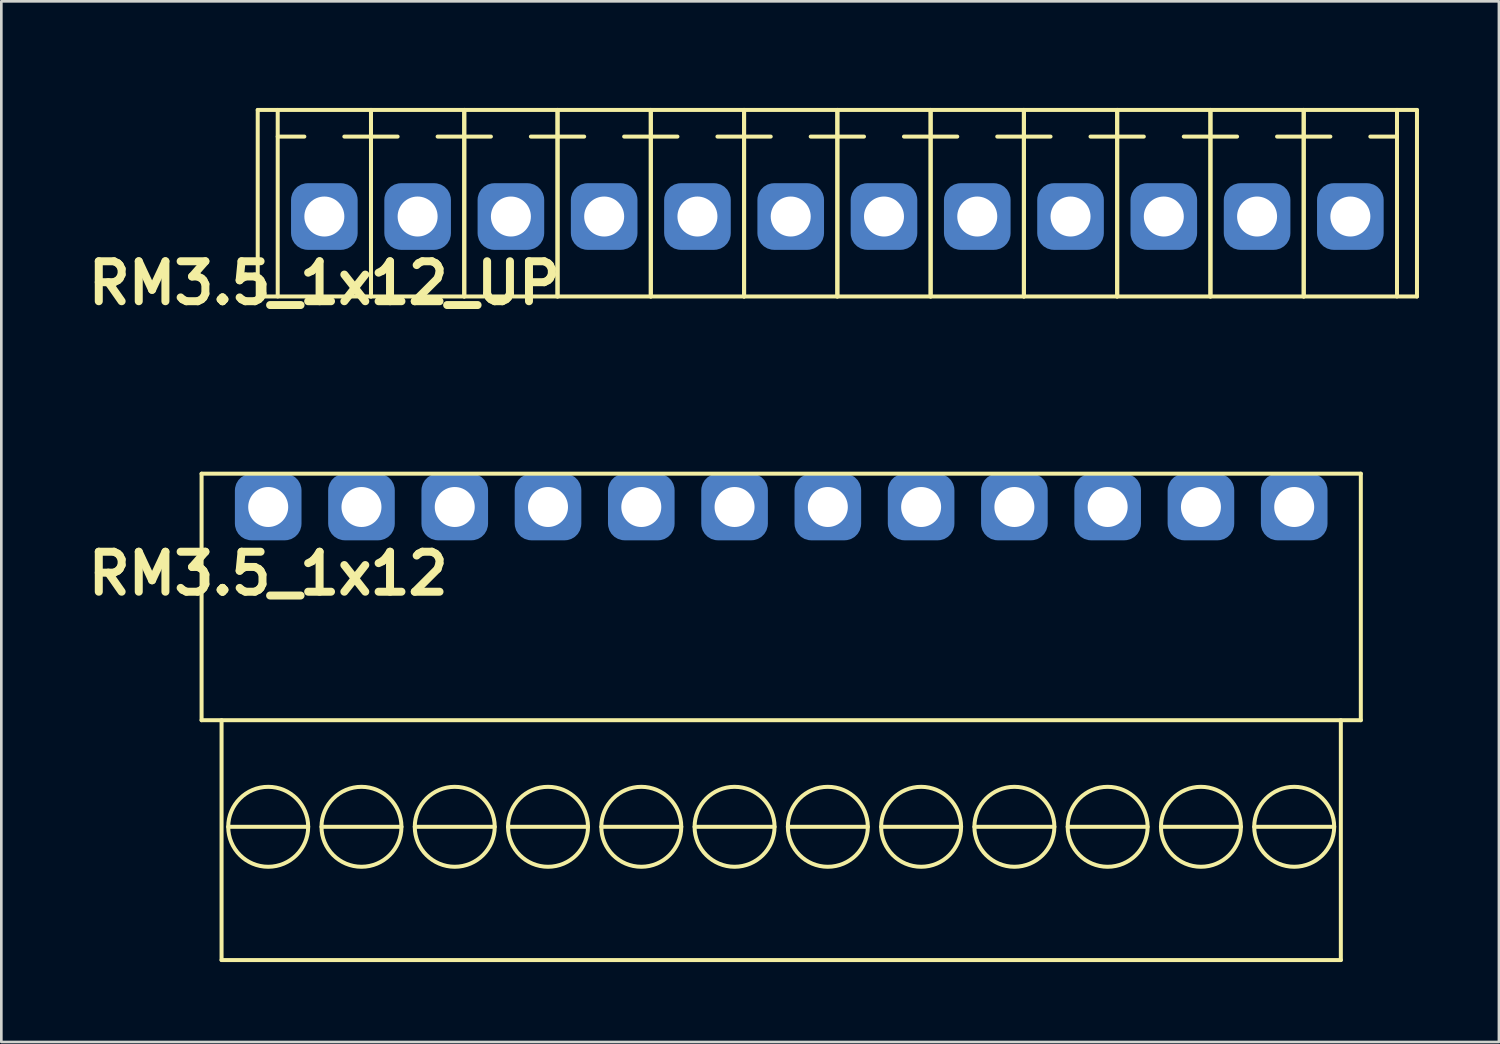
<source format=kicad_pcb>
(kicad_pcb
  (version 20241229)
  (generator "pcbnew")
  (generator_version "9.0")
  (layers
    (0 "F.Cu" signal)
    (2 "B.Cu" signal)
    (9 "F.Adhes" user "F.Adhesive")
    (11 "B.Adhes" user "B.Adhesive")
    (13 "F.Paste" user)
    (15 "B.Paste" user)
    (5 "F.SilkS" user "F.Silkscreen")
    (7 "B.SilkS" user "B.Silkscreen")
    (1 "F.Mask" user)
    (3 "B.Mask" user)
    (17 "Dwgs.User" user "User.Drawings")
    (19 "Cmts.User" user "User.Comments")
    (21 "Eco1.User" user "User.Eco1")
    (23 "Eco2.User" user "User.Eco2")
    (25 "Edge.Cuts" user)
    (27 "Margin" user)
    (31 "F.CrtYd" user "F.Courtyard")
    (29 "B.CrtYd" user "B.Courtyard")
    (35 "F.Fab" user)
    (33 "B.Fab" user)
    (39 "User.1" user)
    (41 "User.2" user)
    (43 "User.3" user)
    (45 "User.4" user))
  (footprint "RM3.5_1x12_UP"
    (layer "F.Cu")
    (at 9.121 5.075)
    (property "Reference" "RM3.5_1x12_UP" (at 0 2.5 0) (layer "F.SilkS") (effects (font (size 1.5 1.5) (thickness 0.3))))
    (attr through_hole)
    (fp_line (start -2.5 -4) (end -2.5 3) (stroke (width 0.15) (type solid)) (layer "F.SilkS"))
    (fp_line (start -2.5 3) (end 41 3) (stroke (width 0.15) (type solid)) (layer "F.SilkS"))
    (fp_line (start -1.75 -3) (end -0.75 -3) (stroke (width 0.15) (type solid)) (layer "F.SilkS"))
    (fp_line (start -1.75 3) (end -1.75 -4) (stroke (width 0.15) (type solid)) (layer "F.SilkS"))
    (fp_line (start 1.75 -3) (end 0.75 -3) (stroke (width 0.15) (type solid)) (layer "F.SilkS"))
    (fp_line (start 1.75 -3) (end 2.75 -3) (stroke (width 0.15) (type solid)) (layer "F.SilkS"))
    (fp_line (start 1.75 3) (end 1.75 -4) (stroke (width 0.15) (type solid)) (layer "F.SilkS"))
    (fp_line (start 1.75 3) (end 1.75 -4) (stroke (width 0.15) (type solid)) (layer "F.SilkS"))
    (fp_line (start 5.25 -3) (end 4.25 -3) (stroke (width 0.15) (type solid)) (layer "F.SilkS"))
    (fp_line (start 5.25 -3) (end 6.25 -3) (stroke (width 0.15) (type solid)) (layer "F.SilkS"))
    (fp_line (start 5.25 3) (end 5.25 -4) (stroke (width 0.15) (type solid)) (layer "F.SilkS"))
    (fp_line (start 5.25 3) (end 5.25 -4) (stroke (width 0.15) (type solid)) (layer "F.SilkS"))
    (fp_line (start 8.75 -3) (end 7.75 -3) (stroke (width 0.15) (type solid)) (layer "F.SilkS"))
    (fp_line (start 8.75 -3) (end 9.75 -3) (stroke (width 0.15) (type solid)) (layer "F.SilkS"))
    (fp_line (start 8.75 3) (end 8.75 -4) (stroke (width 0.15) (type solid)) (layer "F.SilkS"))
    (fp_line (start 8.75 3) (end 8.75 -4) (stroke (width 0.15) (type solid)) (layer "F.SilkS"))
    (fp_line (start 12.25 -3) (end 11.25 -3) (stroke (width 0.15) (type solid)) (layer "F.SilkS"))
    (fp_line (start 12.25 -3) (end 13.25 -3) (stroke (width 0.15) (type solid)) (layer "F.SilkS"))
    (fp_line (start 12.25 3) (end 12.25 -4) (stroke (width 0.15) (type solid)) (layer "F.SilkS"))
    (fp_line (start 12.25 3) (end 12.25 -4) (stroke (width 0.15) (type solid)) (layer "F.SilkS"))
    (fp_line (start 15.75 -3) (end 14.75 -3) (stroke (width 0.15) (type solid)) (layer "F.SilkS"))
    (fp_line (start 15.75 -3) (end 16.75 -3) (stroke (width 0.15) (type solid)) (layer "F.SilkS"))
    (fp_line (start 15.75 3) (end 15.75 -4) (stroke (width 0.15) (type solid)) (layer "F.SilkS"))
    (fp_line (start 15.75 3) (end 15.75 -4) (stroke (width 0.15) (type solid)) (layer "F.SilkS"))
    (fp_line (start 19.25 -3) (end 18.25 -3) (stroke (width 0.15) (type solid)) (layer "F.SilkS"))
    (fp_line (start 19.25 -3) (end 20.25 -3) (stroke (width 0.15) (type solid)) (layer "F.SilkS"))
    (fp_line (start 19.25 3) (end 19.25 -4) (stroke (width 0.15) (type solid)) (layer "F.SilkS"))
    (fp_line (start 19.25 3) (end 19.25 -4) (stroke (width 0.15) (type solid)) (layer "F.SilkS"))
    (fp_line (start 22.75 -3) (end 21.75 -3) (stroke (width 0.15) (type solid)) (layer "F.SilkS"))
    (fp_line (start 22.75 -3) (end 23.75 -3) (stroke (width 0.15) (type solid)) (layer "F.SilkS"))
    (fp_line (start 22.75 3) (end 22.75 -4) (stroke (width 0.15) (type solid)) (layer "F.SilkS"))
    (fp_line (start 22.75 3) (end 22.75 -4) (stroke (width 0.15) (type solid)) (layer "F.SilkS"))
    (fp_line (start 26.25 -3) (end 25.25 -3) (stroke (width 0.15) (type solid)) (layer "F.SilkS"))
    (fp_line (start 26.25 -3) (end 27.25 -3) (stroke (width 0.15) (type solid)) (layer "F.SilkS"))
    (fp_line (start 26.25 3) (end 26.25 -4) (stroke (width 0.15) (type solid)) (layer "F.SilkS"))
    (fp_line (start 26.25 3) (end 26.25 -4) (stroke (width 0.15) (type solid)) (layer "F.SilkS"))
    (fp_line (start 29.75 -3) (end 28.75 -3) (stroke (width 0.15) (type solid)) (layer "F.SilkS"))
    (fp_line (start 29.75 -3) (end 30.75 -3) (stroke (width 0.15) (type solid)) (layer "F.SilkS"))
    (fp_line (start 29.75 3) (end 29.75 -4) (stroke (width 0.15) (type solid)) (layer "F.SilkS"))
    (fp_line (start 29.75 3) (end 29.75 -4) (stroke (width 0.15) (type solid)) (layer "F.SilkS"))
    (fp_line (start 33.25 -3) (end 32.25 -3) (stroke (width 0.15) (type solid)) (layer "F.SilkS"))
    (fp_line (start 33.25 -3) (end 34.25 -3) (stroke (width 0.15) (type solid)) (layer "F.SilkS"))
    (fp_line (start 33.25 3) (end 33.25 -4) (stroke (width 0.15) (type solid)) (layer "F.SilkS"))
    (fp_line (start 33.25 3) (end 33.25 -4) (stroke (width 0.15) (type solid)) (layer "F.SilkS"))
    (fp_line (start 36.75 -3) (end 35.75 -3) (stroke (width 0.15) (type solid)) (layer "F.SilkS"))
    (fp_line (start 36.75 -3) (end 37.75 -3) (stroke (width 0.15) (type solid)) (layer "F.SilkS"))
    (fp_line (start 36.75 3) (end 36.75 -4) (stroke (width 0.15) (type solid)) (layer "F.SilkS"))
    (fp_line (start 36.75 3) (end 36.75 -4) (stroke (width 0.15) (type solid)) (layer "F.SilkS"))
    (fp_line (start 40.25 -3) (end 39.25 -3) (stroke (width 0.15) (type solid)) (layer "F.SilkS"))
    (fp_line (start 40.25 3) (end 40.25 -4) (stroke (width 0.15) (type solid)) (layer "F.SilkS"))
    (fp_line (start 41 -4) (end -2.5 -4) (stroke (width 0.15) (type solid)) (layer "F.SilkS"))
    (fp_line (start 41 3) (end 41 -4) (stroke (width 0.15) (type solid)) (layer "F.SilkS"))
    (fp_line (start -1.75 -5) (end -1.75 6.5) (stroke (width 0.15) (type solid)) (layer "Margin"))
    (fp_line (start -1.75 6.5) (end 40.25 6.5) (stroke (width 0.15) (type solid)) (layer "Margin"))
    (fp_line (start -1 1.5) (end -1 4) (stroke (width 0.15) (type solid)) (layer "Margin"))
    (fp_line (start -1 4) (end 1 4) (stroke (width 0.15) (type solid)) (layer "Margin"))
    (fp_line (start 1 1.5) (end -1 1.5) (stroke (width 0.15) (type solid)) (layer "Margin"))
    (fp_line (start 1 4) (end 1 1.5) (stroke (width 0.15) (type solid)) (layer "Margin"))
    (fp_line (start 2.5 1.5) (end 2.5 4) (stroke (width 0.15) (type solid)) (layer "Margin"))
    (fp_line (start 2.5 4) (end 4.5 4) (stroke (width 0.15) (type solid)) (layer "Margin"))
    (fp_line (start 4.5 1.5) (end 2.5 1.5) (stroke (width 0.15) (type solid)) (layer "Margin"))
    (fp_line (start 4.5 4) (end 4.5 1.5) (stroke (width 0.15) (type solid)) (layer "Margin"))
    (fp_line (start 6 1.5) (end 6 4) (stroke (width 0.15) (type solid)) (layer "Margin"))
    (fp_line (start 6 4) (end 8 4) (stroke (width 0.15) (type solid)) (layer "Margin"))
    (fp_line (start 8 1.5) (end 6 1.5) (stroke (width 0.15) (type solid)) (layer "Margin"))
    (fp_line (start 8 4) (end 8 1.5) (stroke (width 0.15) (type solid)) (layer "Margin"))
    (fp_line (start 9.5 1.5) (end 9.5 4) (stroke (width 0.15) (type solid)) (layer "Margin"))
    (fp_line (start 9.5 4) (end 11.5 4) (stroke (width 0.15) (type solid)) (layer "Margin"))
    (fp_line (start 11.5 1.5) (end 9.5 1.5) (stroke (width 0.15) (type solid)) (layer "Margin"))
    (fp_line (start 11.5 4) (end 11.5 1.5) (stroke (width 0.15) (type solid)) (layer "Margin"))
    (fp_line (start 13 1.5) (end 13 4) (stroke (width 0.15) (type solid)) (layer "Margin"))
    (fp_line (start 13 4) (end 15 4) (stroke (width 0.15) (type solid)) (layer "Margin"))
    (fp_line (start 15 1.5) (end 13 1.5) (stroke (width 0.15) (type solid)) (layer "Margin"))
    (fp_line (start 15 4) (end 15 1.5) (stroke (width 0.15) (type solid)) (layer "Margin"))
    (fp_line (start 16.5 1.5) (end 16.5 4) (stroke (width 0.15) (type solid)) (layer "Margin"))
    (fp_line (start 16.5 4) (end 18.5 4) (stroke (width 0.15) (type solid)) (layer "Margin"))
    (fp_line (start 18.5 1.5) (end 16.5 1.5) (stroke (width 0.15) (type solid)) (layer "Margin"))
    (fp_line (start 18.5 4) (end 18.5 1.5) (stroke (width 0.15) (type solid)) (layer "Margin"))
    (fp_line (start 20 1.5) (end 20 4) (stroke (width 0.15) (type solid)) (layer "Margin"))
    (fp_line (start 20 4) (end 22 4) (stroke (width 0.15) (type solid)) (layer "Margin"))
    (fp_line (start 22 1.5) (end 20 1.5) (stroke (width 0.15) (type solid)) (layer "Margin"))
    (fp_line (start 22 4) (end 22 1.5) (stroke (width 0.15) (type solid)) (layer "Margin"))
    (fp_line (start 23.5 1.5) (end 23.5 4) (stroke (width 0.15) (type solid)) (layer "Margin"))
    (fp_line (start 23.5 4) (end 25.5 4) (stroke (width 0.15) (type solid)) (layer "Margin"))
    (fp_line (start 25.5 1.5) (end 23.5 1.5) (stroke (width 0.15) (type solid)) (layer "Margin"))
    (fp_line (start 25.5 4) (end 25.5 1.5) (stroke (width 0.15) (type solid)) (layer "Margin"))
    (fp_line (start 27 1.5) (end 27 4) (stroke (width 0.15) (type solid)) (layer "Margin"))
    (fp_line (start 27 4) (end 29 4) (stroke (width 0.15) (type solid)) (layer "Margin"))
    (fp_line (start 29 1.5) (end 27 1.5) (stroke (width 0.15) (type solid)) (layer "Margin"))
    (fp_line (start 29 4) (end 29 1.5) (stroke (width 0.15) (type solid)) (layer "Margin"))
    (fp_line (start 30.5 1.5) (end 30.5 4) (stroke (width 0.15) (type solid)) (layer "Margin"))
    (fp_line (start 30.5 4) (end 32.5 4) (stroke (width 0.15) (type solid)) (layer "Margin"))
    (fp_line (start 32.5 1.5) (end 30.5 1.5) (stroke (width 0.15) (type solid)) (layer "Margin"))
    (fp_line (start 32.5 4) (end 32.5 1.5) (stroke (width 0.15) (type solid)) (layer "Margin"))
    (fp_line (start 34 1.5) (end 34 4) (stroke (width 0.15) (type solid)) (layer "Margin"))
    (fp_line (start 34 4) (end 36 4) (stroke (width 0.15) (type solid)) (layer "Margin"))
    (fp_line (start 36 1.5) (end 34 1.5) (stroke (width 0.15) (type solid)) (layer "Margin"))
    (fp_line (start 36 4) (end 36 1.5) (stroke (width 0.15) (type solid)) (layer "Margin"))
    (fp_line (start 37.5 1.5) (end 37.5 4) (stroke (width 0.15) (type solid)) (layer "Margin"))
    (fp_line (start 37.5 4) (end 39.5 4) (stroke (width 0.15) (type solid)) (layer "Margin"))
    (fp_line (start 39.5 1.5) (end 37.5 1.5) (stroke (width 0.15) (type solid)) (layer "Margin"))
    (fp_line (start 39.5 4) (end 39.5 1.5) (stroke (width 0.15) (type solid)) (layer "Margin"))
    (fp_line (start 40.25 -5) (end -1.75 -5) (stroke (width 0.15) (type solid)) (layer "Margin"))
    (fp_line (start 40.25 6.5) (end 40.25 -5) (stroke (width 0.15) (type solid)) (layer "Margin"))
    (pad "1" thru_hole circle (at 0 0) (size 1.8 1.8) (drill 1.5) (layers "*.Cu" "*.Mask"))
    (pad "1" smd roundrect (at 0 0) (size 2.5 2.5) (layers "B.Cu" "B.Mask") (roundrect_rratio 0.25))
    (pad "2" thru_hole circle (at 3.5 0) (size 1.8 1.8) (drill 1.5) (layers "*.Cu" "*.Mask"))
    (pad "2" smd roundrect (at 3.5 0) (size 2.5 2.5) (layers "B.Cu" "B.Mask") (roundrect_rratio 0.25))
    (pad "3" thru_hole circle (at 7 0) (size 1.8 1.8) (drill 1.5) (layers "*.Cu" "*.Mask"))
    (pad "3" smd roundrect (at 7 0) (size 2.5 2.5) (layers "B.Cu" "B.Mask") (roundrect_rratio 0.25))
    (pad "4" thru_hole circle (at 10.5 0) (size 1.8 1.8) (drill 1.5) (layers "*.Cu" "*.Mask"))
    (pad "4" smd roundrect (at 10.5 0) (size 2.5 2.5) (layers "B.Cu" "B.Mask") (roundrect_rratio 0.25))
    (pad "5" thru_hole circle (at 14 0) (size 1.8 1.8) (drill 1.5) (layers "*.Cu" "*.Mask"))
    (pad "5" smd roundrect (at 14 0) (size 2.5 2.5) (layers "B.Cu" "B.Mask") (roundrect_rratio 0.25))
    (pad "6" thru_hole circle (at 17.5 0) (size 1.8 1.8) (drill 1.5) (layers "*.Cu" "*.Mask"))
    (pad "6" smd roundrect (at 17.5 0) (size 2.5 2.5) (layers "B.Cu" "B.Mask") (roundrect_rratio 0.25))
    (pad "7" thru_hole circle (at 21 0) (size 1.8 1.8) (drill 1.5) (layers "*.Cu" "*.Mask"))
    (pad "7" smd roundrect (at 21 0) (size 2.5 2.5) (layers "B.Cu" "B.Mask") (roundrect_rratio 0.25))
    (pad "8" thru_hole circle (at 24.5 0) (size 1.8 1.8) (drill 1.5) (layers "*.Cu" "*.Mask"))
    (pad "8" smd roundrect (at 24.5 0) (size 2.5 2.5) (layers "B.Cu" "B.Mask") (roundrect_rratio 0.25))
    (pad "9" thru_hole circle (at 28 0) (size 1.8 1.8) (drill 1.5) (layers "*.Cu" "*.Mask"))
    (pad "9" smd roundrect (at 28 0) (size 2.5 2.5) (layers "B.Cu" "B.Mask") (roundrect_rratio 0.25))
    (pad "10" thru_hole circle (at 31.5 0) (size 1.8 1.8) (drill 1.5) (layers "*.Cu" "*.Mask"))
    (pad "10" smd roundrect (at 31.5 0) (size 2.5 2.5) (layers "B.Cu" "B.Mask") (roundrect_rratio 0.25))
    (pad "11" thru_hole circle (at 35 0) (size 1.8 1.8) (drill 1.5) (layers "*.Cu" "*.Mask"))
    (pad "11" smd roundrect (at 35 0) (size 2.5 2.5) (layers "B.Cu" "B.Mask") (roundrect_rratio 0.25))
    (pad "12" thru_hole circle (at 38.5 0) (size 1.8 1.8) (drill 1.5) (layers "*.Cu" "*.Mask"))
    (pad "12" smd roundrect (at 38.5 0) (size 2.5 2.5) (layers "B.Cu" "B.Mask") (roundrect_rratio 0.25)))
  (footprint "RM3.5_1x12"
    (layer "F.Cu")
    (at 7.014 15.975)
    (property "Reference" "RM3.5_1x12" (at 0 2.5 0) (layer "F.SilkS") (effects (font (size 1.5 1.5) (thickness 0.3))))
    (attr through_hole)
    (fp_line (start -2.5 -1.25) (end -2.5 8) (stroke (width 0.15) (type solid)) (layer "F.SilkS"))
    (fp_line (start -2.5 8) (end 41 8) (stroke (width 0.15) (type solid)) (layer "F.SilkS"))
    (fp_line (start -1.75 17) (end -1.75 8) (stroke (width 0.15) (type solid)) (layer "F.SilkS"))
    (fp_line (start -1.75 17) (end 40.25 17) (stroke (width 0.15) (type solid)) (layer "F.SilkS"))
    (fp_line (start -1.5 12) (end 1.5 12) (stroke (width 0.15) (type solid)) (layer "F.SilkS"))
    (fp_line (start 2 12) (end 5 12) (stroke (width 0.15) (type solid)) (layer "F.SilkS"))
    (fp_line (start 5.5 12) (end 8.5 12) (stroke (width 0.15) (type solid)) (layer "F.SilkS"))
    (fp_line (start 9 12) (end 12 12) (stroke (width 0.15) (type solid)) (layer "F.SilkS"))
    (fp_line (start 12.5 12) (end 15.5 12) (stroke (width 0.15) (type solid)) (layer "F.SilkS"))
    (fp_line (start 16 12) (end 19 12) (stroke (width 0.15) (type solid)) (layer "F.SilkS"))
    (fp_line (start 19.5 12) (end 22.5 12) (stroke (width 0.15) (type solid)) (layer "F.SilkS"))
    (fp_line (start 23 12) (end 26 12) (stroke (width 0.15) (type solid)) (layer "F.SilkS"))
    (fp_line (start 26.5 12) (end 29.5 12) (stroke (width 0.15) (type solid)) (layer "F.SilkS"))
    (fp_line (start 30 12) (end 33 12) (stroke (width 0.15) (type solid)) (layer "F.SilkS"))
    (fp_line (start 33.5 12) (end 36.5 12) (stroke (width 0.15) (type solid)) (layer "F.SilkS"))
    (fp_line (start 37 12) (end 40 12) (stroke (width 0.15) (type solid)) (layer "F.SilkS"))
    (fp_line (start 40.25 17) (end 40.25 8) (stroke (width 0.15) (type solid)) (layer "F.SilkS"))
    (fp_line (start 41 -1.25) (end -2.5 -1.25) (stroke (width 0.15) (type solid)) (layer "F.SilkS"))
    (fp_line (start 41 8) (end 41 -1.25) (stroke (width 0.15) (type solid)) (layer "F.SilkS"))
    (fp_circle (center 0 12) (end 0 10.5) (stroke (width 0.15) (type solid)) (fill no) (layer "F.SilkS"))
    (fp_circle (center 3.5 12) (end 3.5 10.5) (stroke (width 0.15) (type solid)) (fill no) (layer "F.SilkS"))
    (fp_circle (center 7 12) (end 7 10.5) (stroke (width 0.15) (type solid)) (fill no) (layer "F.SilkS"))
    (fp_circle (center 10.5 12) (end 10.5 10.5) (stroke (width 0.15) (type solid)) (fill no) (layer "F.SilkS"))
    (fp_circle (center 14 12) (end 14 10.5) (stroke (width 0.15) (type solid)) (fill no) (layer "F.SilkS"))
    (fp_circle (center 17.5 12) (end 17.5 10.5) (stroke (width 0.15) (type solid)) (fill no) (layer "F.SilkS"))
    (fp_circle (center 21 12) (end 21 10.5) (stroke (width 0.15) (type solid)) (fill no) (layer "F.SilkS"))
    (fp_circle (center 24.5 12) (end 24.5 10.5) (stroke (width 0.15) (type solid)) (fill no) (layer "F.SilkS"))
    (fp_circle (center 28 12) (end 28 10.5) (stroke (width 0.15) (type solid)) (fill no) (layer "F.SilkS"))
    (fp_circle (center 31.5 12) (end 31.5 10.5) (stroke (width 0.15) (type solid)) (fill no) (layer "F.SilkS"))
    (fp_circle (center 35 12) (end 35 10.5) (stroke (width 0.15) (type solid)) (fill no) (layer "F.SilkS"))
    (fp_circle (center 38.5 12) (end 38.5 10.5) (stroke (width 0.15) (type solid)) (fill no) (layer "F.SilkS"))
    (pad "1" thru_hole circle (at 0 0) (size 1.8 1.8) (drill 1.5) (layers "*.Cu" "*.Mask"))
    (pad "1" smd roundrect (at 0 0) (size 2.5 2.5) (layers "B.Cu" "B.Mask") (roundrect_rratio 0.25))
    (pad "2" thru_hole circle (at 3.5 0) (size 1.8 1.8) (drill 1.5) (layers "*.Cu" "*.Mask"))
    (pad "2" smd roundrect (at 3.5 0) (size 2.5 2.5) (layers "B.Cu" "B.Mask") (roundrect_rratio 0.25))
    (pad "3" thru_hole circle (at 7 0) (size 1.8 1.8) (drill 1.5) (layers "*.Cu" "*.Mask"))
    (pad "3" smd roundrect (at 7 0) (size 2.5 2.5) (layers "B.Cu" "B.Mask") (roundrect_rratio 0.25))
    (pad "4" thru_hole circle (at 10.5 0) (size 1.8 1.8) (drill 1.5) (layers "*.Cu" "*.Mask"))
    (pad "4" smd roundrect (at 10.5 0) (size 2.5 2.5) (layers "B.Cu" "B.Mask") (roundrect_rratio 0.25))
    (pad "5" thru_hole circle (at 14 0) (size 1.8 1.8) (drill 1.5) (layers "*.Cu" "*.Mask"))
    (pad "5" smd roundrect (at 14 0) (size 2.5 2.5) (layers "B.Cu" "B.Mask") (roundrect_rratio 0.25))
    (pad "6" thru_hole circle (at 17.5 0) (size 1.8 1.8) (drill 1.5) (layers "*.Cu" "*.Mask"))
    (pad "6" smd roundrect (at 17.5 0) (size 2.5 2.5) (layers "B.Cu" "B.Mask") (roundrect_rratio 0.25))
    (pad "7" thru_hole circle (at 21 0) (size 1.8 1.8) (drill 1.5) (layers "*.Cu" "*.Mask"))
    (pad "7" smd roundrect (at 21 0) (size 2.5 2.5) (layers "B.Cu" "B.Mask") (roundrect_rratio 0.25))
    (pad "8" thru_hole circle (at 24.5 0) (size 1.8 1.8) (drill 1.5) (layers "*.Cu" "*.Mask"))
    (pad "8" smd roundrect (at 24.5 0) (size 2.5 2.5) (layers "B.Cu" "B.Mask") (roundrect_rratio 0.25))
    (pad "9" thru_hole circle (at 28 0) (size 1.8 1.8) (drill 1.5) (layers "*.Cu" "*.Mask"))
    (pad "9" smd roundrect (at 28 0) (size 2.5 2.5) (layers "B.Cu" "B.Mask") (roundrect_rratio 0.25))
    (pad "10" thru_hole circle (at 31.5 0) (size 1.8 1.8) (drill 1.5) (layers "*.Cu" "*.Mask"))
    (pad "10" smd roundrect (at 31.5 0) (size 2.5 2.5) (layers "B.Cu" "B.Mask") (roundrect_rratio 0.25))
    (pad "11" thru_hole circle (at 35 0) (size 1.8 1.8) (drill 1.5) (layers "*.Cu" "*.Mask"))
    (pad "11" smd roundrect (at 35 0) (size 2.5 2.5) (layers "B.Cu" "B.Mask") (roundrect_rratio 0.25))
    (pad "12" thru_hole circle (at 38.5 0) (size 1.8 1.8) (drill 1.5) (layers "*.Cu" "*.Mask"))
    (pad "12" smd roundrect (at 38.5 0) (size 2.5 2.5) (layers "B.Cu" "B.Mask") (roundrect_rratio 0.25)))
  (gr_rect
    (start -3 -3)
    (end 53.196 36.05)
    (stroke (width 0.1) (type default))
    (fill no)
    (layer "Edge.Cuts")))
</source>
